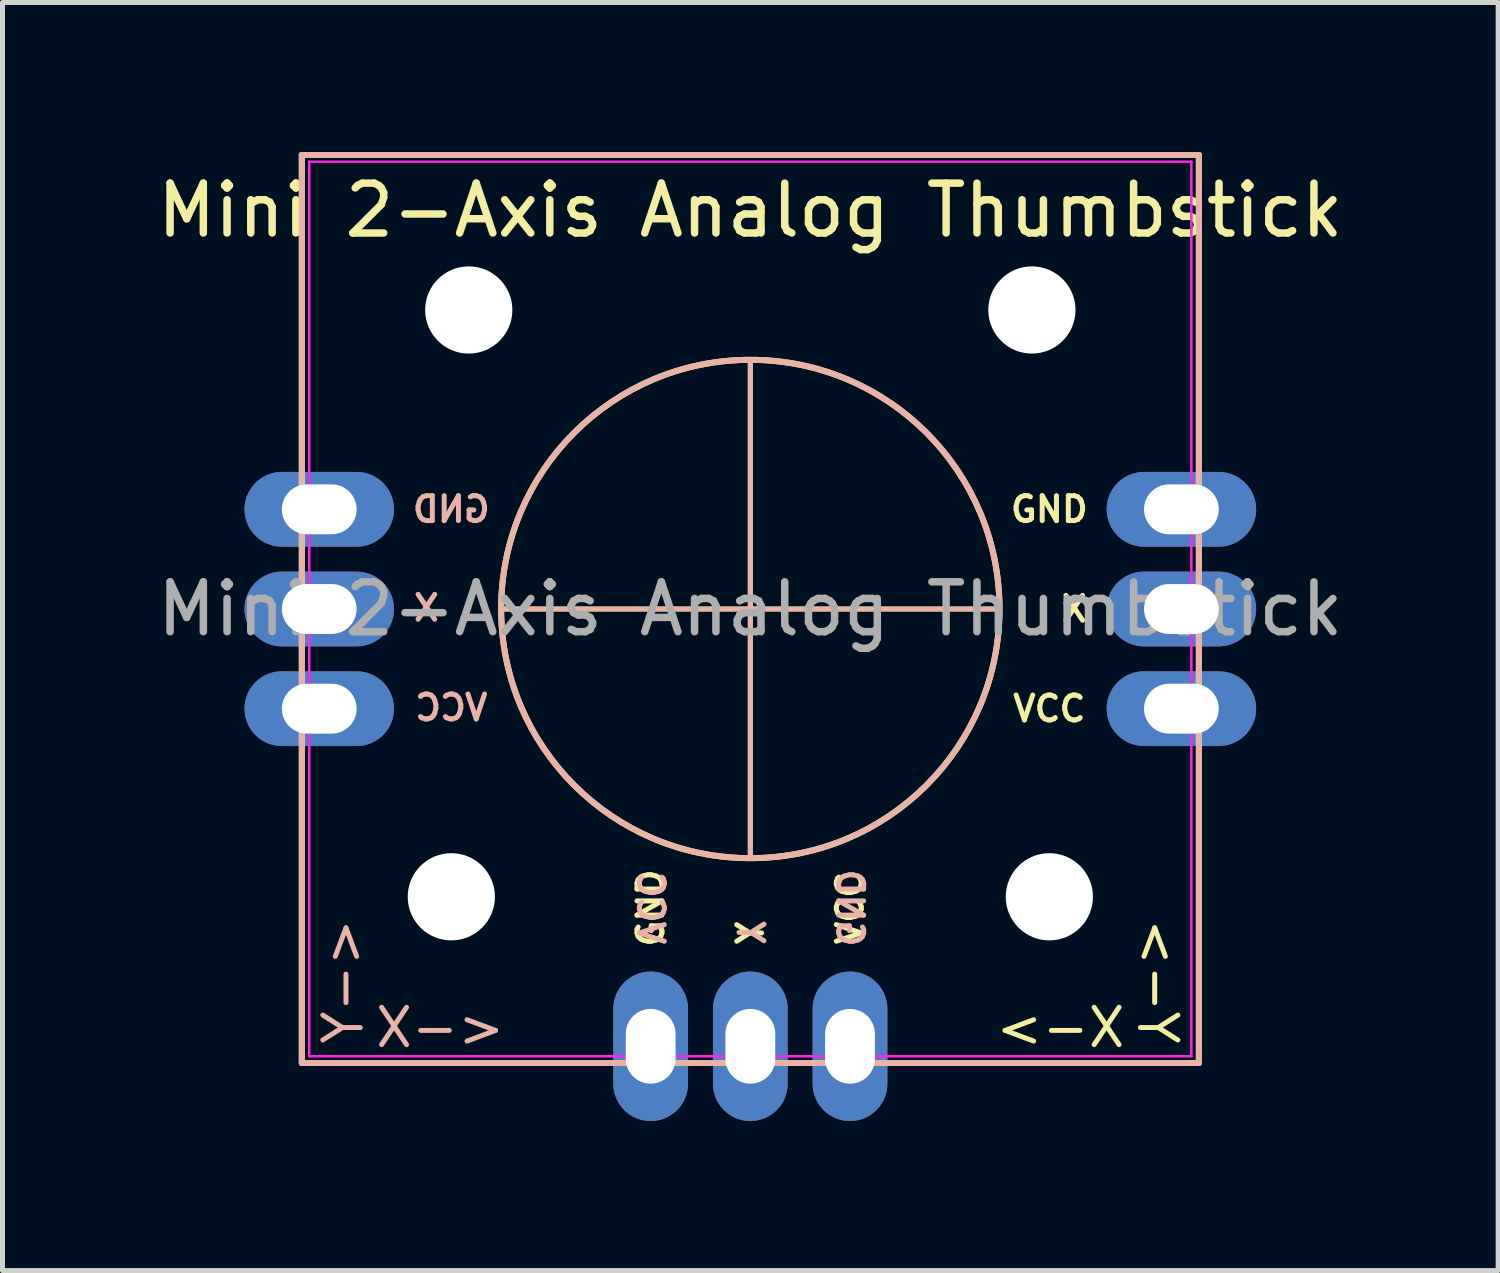
<source format=kicad_pcb>
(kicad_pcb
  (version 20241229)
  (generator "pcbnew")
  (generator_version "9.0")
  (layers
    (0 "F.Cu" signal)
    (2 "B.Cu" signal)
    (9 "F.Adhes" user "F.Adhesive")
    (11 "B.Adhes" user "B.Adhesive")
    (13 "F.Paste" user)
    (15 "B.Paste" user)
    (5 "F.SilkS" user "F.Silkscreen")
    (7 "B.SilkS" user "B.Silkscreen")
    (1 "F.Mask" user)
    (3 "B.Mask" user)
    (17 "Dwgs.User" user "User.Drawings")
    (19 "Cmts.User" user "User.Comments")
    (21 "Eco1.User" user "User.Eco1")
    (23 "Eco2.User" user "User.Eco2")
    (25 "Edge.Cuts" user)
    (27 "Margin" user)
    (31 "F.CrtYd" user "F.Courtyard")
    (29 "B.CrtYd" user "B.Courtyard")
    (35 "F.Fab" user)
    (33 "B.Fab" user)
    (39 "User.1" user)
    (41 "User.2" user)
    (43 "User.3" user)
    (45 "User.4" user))
  (footprint "Mini 2-Axis Analog Thumbstick"
    (layer "F.Cu")
    (at 12.006 9.17)
    (property "Reference" "Mini 2-Axis Analog Thumbstick" (at 0 -8 0) (layer "F.SilkS") (effects (font (size 1 1) (thickness 0.15))))
    (attr through_hole)
    (fp_line (start -9 -9.11) (end -9 9.11) (stroke (width 0.12) (type solid)) (layer "F.SilkS"))
    (fp_line (start -9 9.11) (end 9 9.11) (stroke (width 0.12) (type solid)) (layer "F.SilkS"))
    (fp_line (start 0 0) (end -5 0) (stroke (width 0.1) (type default)) (layer "F.SilkS"))
    (fp_line (start 0 0) (end 0 -5) (stroke (width 0.1) (type default)) (layer "F.SilkS"))
    (fp_line (start 0 0) (end 0 5) (stroke (width 0.1) (type default)) (layer "F.SilkS"))
    (fp_line (start 5 0) (end 0 0) (stroke (width 0.1) (type default)) (layer "F.SilkS"))
    (fp_line (start 9 -9.11) (end -9 -9.11) (stroke (width 0.12) (type solid)) (layer "F.SilkS"))
    (fp_line (start 9 9.11) (end 9 -9.11) (stroke (width 0.12) (type solid)) (layer "F.SilkS"))
    (fp_circle (center 0 0) (end -5 0) (stroke (width 0.12) (type default)) (fill no) (layer "F.SilkS"))
    (fp_line (start -9 -9.11) (end -9 9.11) (stroke (width 0.12) (type solid)) (layer "B.SilkS"))
    (fp_line (start -9 9.11) (end 9 9.11) (stroke (width 0.12) (type solid)) (layer "B.SilkS"))
    (fp_line (start -5 0) (end 0 0) (stroke (width 0.1) (type default)) (layer "B.SilkS"))
    (fp_line (start 0 0) (end 0 -5) (stroke (width 0.1) (type default)) (layer "B.SilkS"))
    (fp_line (start 0 0) (end 0 5) (stroke (width 0.1) (type default)) (layer "B.SilkS"))
    (fp_line (start 0 0) (end 5 0) (stroke (width 0.1) (type default)) (layer "B.SilkS"))
    (fp_line (start 9 -9.11) (end -9 -9.11) (stroke (width 0.12) (type solid)) (layer "B.SilkS"))
    (fp_line (start 9 9.11) (end 9 -9.11) (stroke (width 0.12) (type solid)) (layer "B.SilkS"))
    (fp_circle (center 0 0) (end 5 0) (stroke (width 0.12) (type default)) (fill no) (layer "B.SilkS"))
    (fp_line (start -8.85 -8.975) (end -8.85 8.975) (stroke (width 0.05) (type solid)) (layer "F.CrtYd"))
    (fp_line (start -8.85 8.975) (end 8.85 8.975) (stroke (width 0.05) (type solid)) (layer "F.CrtYd"))
    (fp_line (start 8.85 -8.975) (end -8.85 -8.975) (stroke (width 0.05) (type solid)) (layer "F.CrtYd"))
    (fp_line (start 8.85 8.975) (end 8.85 -8.975) (stroke (width 0.05) (type solid)) (layer "F.CrtYd"))
    (fp_text user "Y" (at 0 6.5 90) (unlocked yes) (layer "F.SilkS") (effects (font (size 0.5 0.5) (thickness 0.1))))
    (fp_text user "<-X" (at 6.22 8.4 0) (unlocked yes) (layer "F.SilkS") (effects (font (size 0.75 0.75) (thickness 0.1))))
    (fp_text user "GND" (at 6 -2 0) (unlocked yes) (layer "F.SilkS") (effects (font (size 0.5 0.5) (thickness 0.1))))
    (fp_text user "GND" (at -2 6 90) (unlocked yes) (layer "F.SilkS") (effects (font (size 0.5 0.5) (thickness 0.1))))
    (fp_text user "<-Y" (at 8.17 7.47 270) (unlocked yes) (layer "F.SilkS") (effects (font (size 0.75 0.75) (thickness 0.1))))
    (fp_text user "VCC" (at 2 6 90) (unlocked yes) (layer "F.SilkS") (effects (font (size 0.5 0.5) (thickness 0.1))))
    (fp_text user "VCC" (at 6 2 0) (unlocked yes) (layer "F.SilkS") (effects (font (size 0.5 0.5) (thickness 0.1))))
    (fp_text user "X" (at 6.5 0 0) (unlocked yes) (layer "F.SilkS") (effects (font (size 0.5 0.5) (thickness 0.1))))
    (fp_text user "VCC" (at -2 6 270) (unlocked yes) (layer "B.SilkS") (effects (font (size 0.5 0.5) (thickness 0.1)) (justify mirror)))
    (fp_text user "<-Y" (at -8.17 7.47 90) (unlocked yes) (layer "B.SilkS") (effects (font (size 0.75 0.75) (thickness 0.1)) (justify mirror)))
    (fp_text user "GND" (at 2 6 270) (unlocked yes) (layer "B.SilkS") (effects (font (size 0.5 0.5) (thickness 0.1)) (justify mirror)))
    (fp_text user "X" (at -6.5 -0.02 0) (unlocked yes) (layer "B.SilkS") (effects (font (size 0.5 0.5) (thickness 0.1)) (justify mirror)))
    (fp_text user "GND" (at -6 -2 0) (unlocked yes) (layer "B.SilkS") (effects (font (size 0.5 0.5) (thickness 0.1)) (justify mirror)))
    (fp_text user "Y" (at 0 6.49 270) (unlocked yes) (layer "B.SilkS") (effects (font (size 0.5 0.5) (thickness 0.1))))
    (fp_text user "VCC" (at -6 1.98 0) (unlocked yes) (layer "B.SilkS") (effects (font (size 0.5 0.5) (thickness 0.1)) (justify mirror)))
    (fp_text user "<-X" (at -6.22 8.4 0) (unlocked yes) (layer "B.SilkS") (effects (font (size 0.75 0.75) (thickness 0.1)) (justify mirror)))
    (fp_text user "${REFERENCE}" (at 0 0 0) (layer "F.Fab") (effects (font (size 1 1) (thickness 0.15))))
    (pad "" np_thru_hole circle (at -6 5.775) (size 1.75 1.75) (drill 1.75) (layers "*.Cu" "*.Mask"))
    (pad "" np_thru_hole circle (at -5.65 -6) (size 1.75 1.75) (drill 1.75) (layers "*.Cu" "*.Mask"))
    (pad "" np_thru_hole circle (at 5.65 -6) (size 1.75 1.75) (drill 1.75) (layers "*.Cu" "*.Mask"))
    (pad "" np_thru_hole circle (at 6 5.775) (size 1.75 1.75) (drill 1.75) (layers "*.Cu" "*.Mask"))
    (pad "1" thru_hole oval (at -8.65 -2 270) (size 1.5 3) (drill oval 1 1.5) (layers "*.Cu" "*.Mask"))
    (pad "1" thru_hole oval (at 8.65 -2 270) (size 1.5 3) (drill oval 1 1.5) (layers "*.Cu" "*.Mask"))
    (pad "2" thru_hole oval (at -8.65 0 270) (size 1.5 3) (drill oval 1 1.5) (layers "*.Cu" "*.Mask"))
    (pad "2" thru_hole oval (at 8.65 0 270) (size 1.5 3) (drill oval 1 1.5) (layers "*.Cu" "*.Mask"))
    (pad "3" thru_hole oval (at -8.65 2 270) (size 1.5 3) (drill oval 1 1.5) (layers "*.Cu" "*.Mask"))
    (pad "3" thru_hole oval (at 8.65 2 270) (size 1.5 3) (drill oval 1 1.5) (layers "*.Cu" "*.Mask"))
    (pad "4" thru_hole oval (at 2 8.775 180) (size 1.5 3) (drill oval 1 1.5) (layers "*.Cu" "*.Mask"))
    (pad "5" thru_hole oval (at 0 8.775 180) (size 1.5 3) (drill oval 1 1.5) (layers "*.Cu" "*.Mask"))
    (pad "6" thru_hole oval (at -2 8.775 180) (size 1.5 3) (drill oval 1 1.5) (layers "*.Cu" "*.Mask")))
  (gr_rect
    (start -3 -3)
    (end 27.012 22.445)
    (stroke (width 0.1) (type default))
    (fill no)
    (layer "Edge.Cuts")))
</source>
